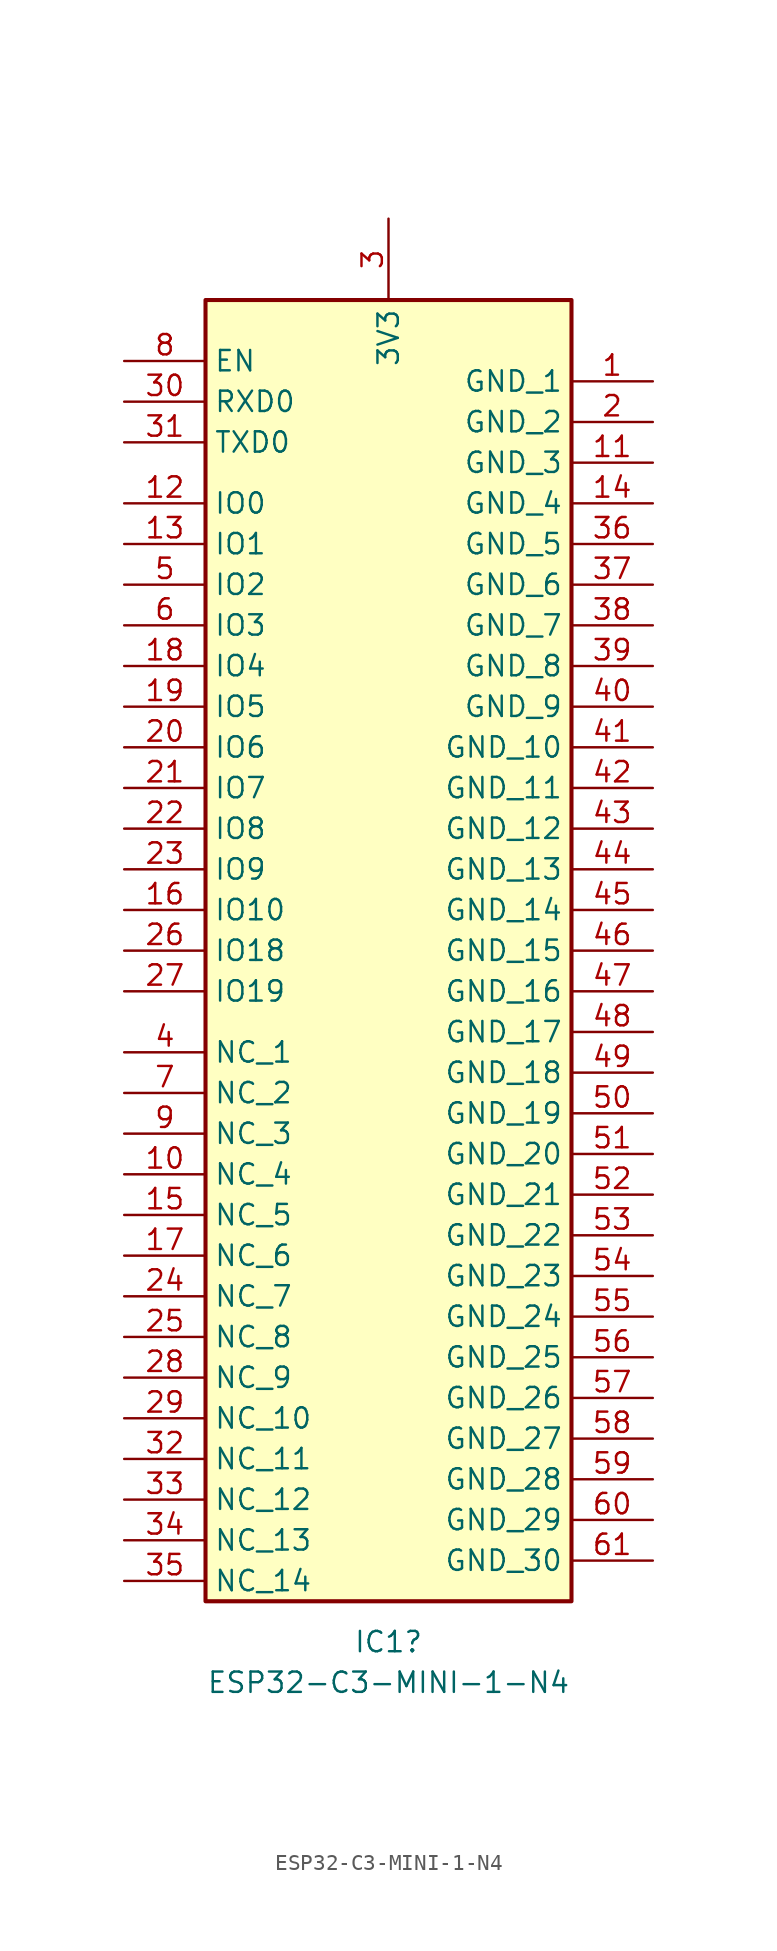
<source format=kicad_sym>
(kicad_symbol_lib
  (version 20241209)
  (generator "kicad_symbol_editor")
  (generator_version "9.0")
  (symbol "ESP32-C3-MINI-1-N4"
    (property "Reference" "IC1"
      (at 16.51 -81.28 0)
      (effects (font (size 1.27 1.27))))
    (property "Value" "ESP32-C3-MINI-1-N4"
      (at 16.51 -83.82 0)
      (effects (font (size 1.27 1.27))))
    (property "Populate" ""
      (at 0 0 0)
      (effects (font (size 1.27 1.27))))
    (symbol "ESP32-C3-MINI-1-N4_1_1"
      (rectangle (start 5.08 2.54) (end 27.94 -78.74) (stroke (width 0.254) (type default)) (fill (type background)))
      (pin passive line (at 0 -1.27 0) (length 5.08) (name "EN" (effects (font (size 1.27 1.27)))) (number "8" (effects (font (size 1.27 1.27)))))
      (pin passive line (at 0 -3.81 0) (length 5.08) (name "RXD0" (effects (font (size 1.27 1.27)))) (number "30" (effects (font (size 1.27 1.27)))))
      (pin passive line (at 0 -6.35 0) (length 5.08) (name "TXD0" (effects (font (size 1.27 1.27)))) (number "31" (effects (font (size 1.27 1.27)))))
      (pin passive line (at 0 -10.16 0) (length 5.08) (name "IO0" (effects (font (size 1.27 1.27)))) (number "12" (effects (font (size 1.27 1.27)))))
      (pin passive line (at 0 -12.7 0) (length 5.08) (name "IO1" (effects (font (size 1.27 1.27)))) (number "13" (effects (font (size 1.27 1.27)))))
      (pin passive line (at 0 -15.24 0) (length 5.08) (name "IO2" (effects (font (size 1.27 1.27)))) (number "5" (effects (font (size 1.27 1.27)))))
      (pin passive line (at 0 -17.78 0) (length 5.08) (name "IO3" (effects (font (size 1.27 1.27)))) (number "6" (effects (font (size 1.27 1.27)))))
      (pin passive line (at 0 -20.32 0) (length 5.08) (name "IO4" (effects (font (size 1.27 1.27)))) (number "18" (effects (font (size 1.27 1.27)))))
      (pin passive line (at 0 -22.86 0) (length 5.08) (name "IO5" (effects (font (size 1.27 1.27)))) (number "19" (effects (font (size 1.27 1.27)))))
      (pin passive line (at 0 -25.4 0) (length 5.08) (name "IO6" (effects (font (size 1.27 1.27)))) (number "20" (effects (font (size 1.27 1.27)))))
      (pin passive line (at 0 -27.94 0) (length 5.08) (name "IO7" (effects (font (size 1.27 1.27)))) (number "21" (effects (font (size 1.27 1.27)))))
      (pin passive line (at 0 -30.48 0) (length 5.08) (name "IO8" (effects (font (size 1.27 1.27)))) (number "22" (effects (font (size 1.27 1.27)))))
      (pin passive line (at 0 -33.02 0) (length 5.08) (name "IO9" (effects (font (size 1.27 1.27)))) (number "23" (effects (font (size 1.27 1.27)))))
      (pin passive line (at 0 -35.56 0) (length 5.08) (name "IO10" (effects (font (size 1.27 1.27)))) (number "16" (effects (font (size 1.27 1.27)))))
      (pin passive line (at 0 -38.1 0) (length 5.08) (name "IO18" (effects (font (size 1.27 1.27)))) (number "26" (effects (font (size 1.27 1.27)))))
      (pin passive line (at 0 -40.64 0) (length 5.08) (name "IO19" (effects (font (size 1.27 1.27)))) (number "27" (effects (font (size 1.27 1.27)))))
      (pin passive line (at 0 -44.45 0) (length 5.08) (name "NC_1" (effects (font (size 1.27 1.27)))) (number "4" (effects (font (size 1.27 1.27)))))
      (pin passive line (at 0 -46.99 0) (length 5.08) (name "NC_2" (effects (font (size 1.27 1.27)))) (number "7" (effects (font (size 1.27 1.27)))))
      (pin passive line (at 0 -49.53 0) (length 5.08) (name "NC_3" (effects (font (size 1.27 1.27)))) (number "9" (effects (font (size 1.27 1.27)))))
      (pin passive line (at 0 -52.07 0) (length 5.08) (name "NC_4" (effects (font (size 1.27 1.27)))) (number "10" (effects (font (size 1.27 1.27)))))
      (pin passive line (at 0 -54.61 0) (length 5.08) (name "NC_5" (effects (font (size 1.27 1.27)))) (number "15" (effects (font (size 1.27 1.27)))))
      (pin passive line (at 0 -57.15 0) (length 5.08) (name "NC_6" (effects (font (size 1.27 1.27)))) (number "17" (effects (font (size 1.27 1.27)))))
      (pin passive line (at 0 -59.69 0) (length 5.08) (name "NC_7" (effects (font (size 1.27 1.27)))) (number "24" (effects (font (size 1.27 1.27)))))
      (pin passive line (at 0 -62.23 0) (length 5.08) (name "NC_8" (effects (font (size 1.27 1.27)))) (number "25" (effects (font (size 1.27 1.27)))))
      (pin passive line (at 0 -64.77 0) (length 5.08) (name "NC_9" (effects (font (size 1.27 1.27)))) (number "28" (effects (font (size 1.27 1.27)))))
      (pin passive line (at 0 -67.31 0) (length 5.08) (name "NC_10" (effects (font (size 1.27 1.27)))) (number "29" (effects (font (size 1.27 1.27)))))
      (pin passive line (at 0 -69.85 0) (length 5.08) (name "NC_11" (effects (font (size 1.27 1.27)))) (number "32" (effects (font (size 1.27 1.27)))))
      (pin passive line (at 0 -72.39 0) (length 5.08) (name "NC_12" (effects (font (size 1.27 1.27)))) (number "33" (effects (font (size 1.27 1.27)))))
      (pin passive line (at 0 -74.93 0) (length 5.08) (name "NC_13" (effects (font (size 1.27 1.27)))) (number "34" (effects (font (size 1.27 1.27)))))
      (pin passive line (at 0 -77.47 0) (length 5.08) (name "NC_14" (effects (font (size 1.27 1.27)))) (number "35" (effects (font (size 1.27 1.27)))))
      (pin passive line (at 16.51 7.62 270) (length 5.08) (name "3V3" (effects (font (size 1.27 1.27)))) (number "3" (effects (font (size 1.27 1.27)))))
      (pin passive line (at 33.02 -2.54 180) (length 5.08) (name "GND_1" (effects (font (size 1.27 1.27)))) (number "1" (effects (font (size 1.27 1.27)))))
      (pin passive line (at 33.02 -5.08 180) (length 5.08) (name "GND_2" (effects (font (size 1.27 1.27)))) (number "2" (effects (font (size 1.27 1.27)))))
      (pin passive line (at 33.02 -7.62 180) (length 5.08) (name "GND_3" (effects (font (size 1.27 1.27)))) (number "11" (effects (font (size 1.27 1.27)))))
      (pin passive line (at 33.02 -10.16 180) (length 5.08) (name "GND_4" (effects (font (size 1.27 1.27)))) (number "14" (effects (font (size 1.27 1.27)))))
      (pin passive line (at 33.02 -12.7 180) (length 5.08) (name "GND_5" (effects (font (size 1.27 1.27)))) (number "36" (effects (font (size 1.27 1.27)))))
      (pin passive line (at 33.02 -15.24 180) (length 5.08) (name "GND_6" (effects (font (size 1.27 1.27)))) (number "37" (effects (font (size 1.27 1.27)))))
      (pin passive line (at 33.02 -17.78 180) (length 5.08) (name "GND_7" (effects (font (size 1.27 1.27)))) (number "38" (effects (font (size 1.27 1.27)))))
      (pin passive line (at 33.02 -20.32 180) (length 5.08) (name "GND_8" (effects (font (size 1.27 1.27)))) (number "39" (effects (font (size 1.27 1.27)))))
      (pin passive line (at 33.02 -22.86 180) (length 5.08) (name "GND_9" (effects (font (size 1.27 1.27)))) (number "40" (effects (font (size 1.27 1.27)))))
      (pin passive line (at 33.02 -25.4 180) (length 5.08) (name "GND_10" (effects (font (size 1.27 1.27)))) (number "41" (effects (font (size 1.27 1.27)))))
      (pin passive line (at 33.02 -27.94 180) (length 5.08) (name "GND_11" (effects (font (size 1.27 1.27)))) (number "42" (effects (font (size 1.27 1.27)))))
      (pin passive line (at 33.02 -30.48 180) (length 5.08) (name "GND_12" (effects (font (size 1.27 1.27)))) (number "43" (effects (font (size 1.27 1.27)))))
      (pin passive line (at 33.02 -33.02 180) (length 5.08) (name "GND_13" (effects (font (size 1.27 1.27)))) (number "44" (effects (font (size 1.27 1.27)))))
      (pin passive line (at 33.02 -35.56 180) (length 5.08) (name "GND_14" (effects (font (size 1.27 1.27)))) (number "45" (effects (font (size 1.27 1.27)))))
      (pin passive line (at 33.02 -38.1 180) (length 5.08) (name "GND_15" (effects (font (size 1.27 1.27)))) (number "46" (effects (font (size 1.27 1.27)))))
      (pin passive line (at 33.02 -40.64 180) (length 5.08) (name "GND_16" (effects (font (size 1.27 1.27)))) (number "47" (effects (font (size 1.27 1.27)))))
      (pin passive line (at 33.02 -43.18 180) (length 5.08) (name "GND_17" (effects (font (size 1.27 1.27)))) (number "48" (effects (font (size 1.27 1.27)))))
      (pin passive line (at 33.02 -45.72 180) (length 5.08) (name "GND_18" (effects (font (size 1.27 1.27)))) (number "49" (effects (font (size 1.27 1.27)))))
      (pin passive line (at 33.02 -48.26 180) (length 5.08) (name "GND_19" (effects (font (size 1.27 1.27)))) (number "50" (effects (font (size 1.27 1.27)))))
      (pin passive line (at 33.02 -50.8 180) (length 5.08) (name "GND_20" (effects (font (size 1.27 1.27)))) (number "51" (effects (font (size 1.27 1.27)))))
      (pin passive line (at 33.02 -53.34 180) (length 5.08) (name "GND_21" (effects (font (size 1.27 1.27)))) (number "52" (effects (font (size 1.27 1.27)))))
      (pin passive line (at 33.02 -55.88 180) (length 5.08) (name "GND_22" (effects (font (size 1.27 1.27)))) (number "53" (effects (font (size 1.27 1.27)))))
      (pin passive line (at 33.02 -58.42 180) (length 5.08) (name "GND_23" (effects (font (size 1.27 1.27)))) (number "54" (effects (font (size 1.27 1.27)))))
      (pin passive line (at 33.02 -60.96 180) (length 5.08) (name "GND_24" (effects (font (size 1.27 1.27)))) (number "55" (effects (font (size 1.27 1.27)))))
      (pin passive line (at 33.02 -63.5 180) (length 5.08) (name "GND_25" (effects (font (size 1.27 1.27)))) (number "56" (effects (font (size 1.27 1.27)))))
      (pin passive line (at 33.02 -66.04 180) (length 5.08) (name "GND_26" (effects (font (size 1.27 1.27)))) (number "57" (effects (font (size 1.27 1.27)))))
      (pin passive line (at 33.02 -68.58 180) (length 5.08) (name "GND_27" (effects (font (size 1.27 1.27)))) (number "58" (effects (font (size 1.27 1.27)))))
      (pin passive line (at 33.02 -71.12 180) (length 5.08) (name "GND_28" (effects (font (size 1.27 1.27)))) (number "59" (effects (font (size 1.27 1.27)))))
      (pin passive line (at 33.02 -73.66 180) (length 5.08) (name "GND_29" (effects (font (size 1.27 1.27)))) (number "60" (effects (font (size 1.27 1.27)))))
      (pin passive line (at 33.02 -76.2 180) (length 5.08) (name "GND_30" (effects (font (size 1.27 1.27)))) (number "61" (effects (font (size 1.27 1.27))))))))
</source>
